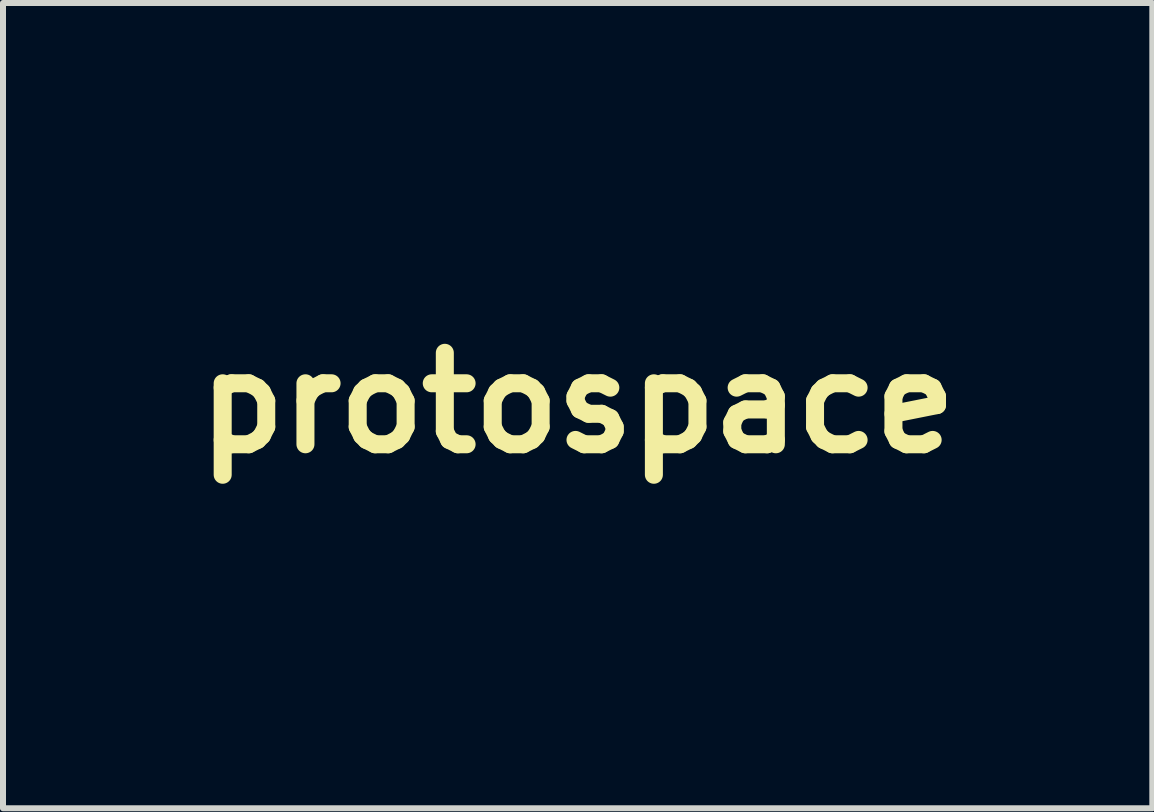
<source format=kicad_pcb>
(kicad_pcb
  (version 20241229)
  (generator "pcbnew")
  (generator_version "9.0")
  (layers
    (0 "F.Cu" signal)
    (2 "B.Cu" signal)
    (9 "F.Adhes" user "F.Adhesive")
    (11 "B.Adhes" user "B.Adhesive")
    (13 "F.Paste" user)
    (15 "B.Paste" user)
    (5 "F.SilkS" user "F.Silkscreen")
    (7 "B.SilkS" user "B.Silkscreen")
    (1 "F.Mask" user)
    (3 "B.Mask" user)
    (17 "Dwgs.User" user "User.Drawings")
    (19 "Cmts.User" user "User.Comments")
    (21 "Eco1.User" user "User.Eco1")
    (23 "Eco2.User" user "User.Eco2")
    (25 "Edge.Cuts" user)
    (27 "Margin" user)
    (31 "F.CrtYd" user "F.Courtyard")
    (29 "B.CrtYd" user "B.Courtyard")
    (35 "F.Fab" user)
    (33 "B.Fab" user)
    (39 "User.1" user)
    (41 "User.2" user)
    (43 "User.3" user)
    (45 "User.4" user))
  (footprint "protospace"
    (layer "F.Cu")
    (at 6.575 3.663)
    (property "Reference" "protospace" (at 0 0 0) (layer "F.SilkS") (effects (font (size 1.524 1.524) (thickness 0.3))))
    (attr through_hole)
    (fp_poly (pts (xy -0.77 -0.072) (xy -0.643 -0.025) (xy -0.517 0.062) (xy -0.393 0.191) (xy -0.296 0.328) (xy -0.254 0.442) (xy -0.254 0.449) (xy -0.298 0.51) (xy -0.405 0.567) (xy -0.536 0.603) (xy -0.6 0.608) (xy -0.716 0.582) (xy -0.777 0.553) (xy -0.862 0.476) (xy -0.959 0.349) (xy -1.049 0.204) (xy -1.114 0.069) (xy -1.135 -0.024) (xy -1.133 -0.034) (xy -1.064 -0.086) (xy -0.932 -0.098)) (stroke (width 0.01) (type solid)) (fill yes) (layer "F.Mask"))
    (fp_poly (pts (xy -2.501 2.727) (xy -2.493 2.803) (xy -2.535 2.879) (xy -2.588 2.91) (xy -2.652 2.95) (xy -2.687 3.044) (xy -2.702 3.182) (xy -2.725 3.35) (xy -2.771 3.432) (xy -2.796 3.443) (xy -2.887 3.437) (xy -2.911 3.422) (xy -2.929 3.356) (xy -2.942 3.22) (xy -2.946 3.063) (xy -2.94 2.874) (xy -2.918 2.764) (xy -2.875 2.713) (xy -2.865 2.709) (xy -2.776 2.713) (xy -2.744 2.741) (xy -2.697 2.776) (xy -2.67 2.749) (xy -2.593 2.697) (xy -2.562 2.692)) (stroke (width 0.01) (type solid)) (fill yes) (layer "F.Mask"))
    (fp_poly (pts (xy 2.785 2.712) (xy 2.89 2.762) (xy 2.937 2.826) (xy 2.905 2.889) (xy 2.895 2.896) (xy 2.793 2.911) (xy 2.737 2.892) (xy 2.608 2.866) (xy 2.51 2.917) (xy 2.463 3.021) (xy 2.492 3.154) (xy 2.493 3.157) (xy 2.546 3.222) (xy 2.631 3.239) (xy 2.747 3.225) (xy 2.878 3.211) (xy 2.936 3.23) (xy 2.946 3.27) (xy 2.904 3.371) (xy 2.796 3.431) (xy 2.652 3.447) (xy 2.499 3.416) (xy 2.367 3.336) (xy 2.36 3.33) (xy 2.261 3.172) (xy 2.247 3.005) (xy 2.309 2.854) (xy 2.436 2.742) (xy 2.617 2.693) (xy 2.639 2.692)) (stroke (width 0.01) (type solid)) (fill yes) (layer "F.Mask"))
    (fp_poly (pts (xy -1.92 2.715) (xy -1.806 2.798) (xy -1.778 2.831) (xy -1.699 2.997) (xy -1.705 3.16) (xy -1.78 3.303) (xy -1.909 3.407) (xy -2.075 3.454) (xy -2.264 3.424) (xy -2.274 3.42) (xy -2.36 3.342) (xy -2.43 3.208) (xy -2.466 3.064) (xy -2.466 3.057) (xy -2.235 3.057) (xy -2.226 3.17) (xy -2.201 3.217) (xy -2.105 3.252) (xy -1.996 3.219) (xy -1.932 3.153) (xy -1.904 3.021) (xy -1.952 2.916) (xy -2.054 2.864) (xy -2.159 2.877) (xy -2.211 2.943) (xy -2.235 3.057) (xy -2.466 3.057) (xy -2.46 2.982) (xy -2.368 2.805) (xy -2.22 2.711) (xy -2.079 2.692)) (stroke (width 0.01) (type solid)) (fill yes) (layer "F.Mask"))
    (fp_poly (pts (xy -0.544 2.734) (xy -0.413 2.852) (xy -0.357 3.033) (xy -0.356 3.07) (xy -0.401 3.24) (xy -0.518 3.376) (xy -0.679 3.449) (xy -0.737 3.454) (xy -0.856 3.424) (xy -0.983 3.35) (xy -0.984 3.349) (xy -1.096 3.208) (xy -1.125 3.048) (xy -1.119 3.024) (xy -0.903 3.024) (xy -0.894 3.123) (xy -0.849 3.221) (xy -0.761 3.245) (xy -0.722 3.242) (xy -0.621 3.212) (xy -0.586 3.132) (xy -0.584 3.079) (xy -0.614 2.941) (xy -0.69 2.865) (xy -0.788 2.865) (xy -0.844 2.905) (xy -0.903 3.024) (xy -1.119 3.024) (xy -1.082 2.894) (xy -0.975 2.769) (xy -0.814 2.699) (xy -0.737 2.692)) (stroke (width 0.01) (type solid)) (fill yes) (layer "F.Mask"))
    (fp_poly (pts (xy -1.43 2.451) (xy -1.363 2.501) (xy -1.33 2.579) (xy -1.29 2.668) (xy -1.241 2.692) (xy -1.177 2.733) (xy -1.168 2.769) (xy -1.209 2.836) (xy -1.245 2.845) (xy -1.298 2.878) (xy -1.319 2.99) (xy -1.321 3.048) (xy -1.306 3.194) (xy -1.261 3.25) (xy -1.25 3.251) (xy -1.174 3.286) (xy -1.15 3.357) (xy -1.19 3.42) (xy -1.201 3.425) (xy -1.333 3.452) (xy -1.451 3.442) (xy -1.49 3.421) (xy -1.51 3.353) (xy -1.522 3.223) (xy -1.524 3.151) (xy -1.537 2.996) (xy -1.569 2.881) (xy -1.586 2.854) (xy -1.623 2.783) (xy -1.586 2.692) (xy -1.536 2.577) (xy -1.524 2.512) (xy -1.495 2.45)) (stroke (width 0.01) (type solid)) (fill yes) (layer "F.Mask"))
    (fp_poly (pts (xy 1.077 2.708) (xy 1.198 2.741) (xy 1.272 2.796) (xy 1.353 2.941) (xy 1.369 3.12) (xy 1.319 3.288) (xy 1.27 3.353) (xy 1.149 3.429) (xy 1.014 3.452) (xy 0.905 3.418) (xy 0.879 3.391) (xy 0.847 3.388) (xy 0.82 3.481) (xy 0.813 3.527) (xy 0.776 3.678) (xy 0.718 3.749) (xy 0.648 3.73) (xy 0.645 3.726) (xy 0.63 3.664) (xy 0.618 3.523) (xy 0.611 3.329) (xy 0.61 3.201) (xy 0.61 3.093) (xy 0.812 3.093) (xy 0.854 3.195) (xy 0.956 3.249) (xy 0.988 3.251) (xy 1.096 3.221) (xy 1.149 3.12) (xy 1.148 2.988) (xy 1.091 2.891) (xy 0.999 2.854) (xy 0.926 2.877) (xy 0.834 2.977) (xy 0.812 3.093) (xy 0.61 3.093) (xy 0.61 2.71) (xy 0.891 2.703)) (stroke (width 0.01) (type solid)) (fill yes) (layer "F.Mask"))
    (fp_poly (pts (xy 3.417 2.702) (xy 3.588 2.739) (xy 3.706 2.832) (xy 3.723 2.854) (xy 3.797 2.99) (xy 3.782 3.083) (xy 3.676 3.136) (xy 3.507 3.15) (xy 3.347 3.161) (xy 3.263 3.191) (xy 3.263 3.233) (xy 3.355 3.277) (xy 3.472 3.278) (xy 3.532 3.25) (xy 3.638 3.215) (xy 3.695 3.224) (xy 3.749 3.255) (xy 3.732 3.298) (xy 3.665 3.357) (xy 3.492 3.44) (xy 3.307 3.44) (xy 3.155 3.365) (xy 3.042 3.213) (xy 3.016 3.033) (xy 3.053 2.934) (xy 3.264 2.934) (xy 3.29 2.982) (xy 3.404 2.997) (xy 3.52 2.98) (xy 3.543 2.934) (xy 3.482 2.884) (xy 3.404 2.87) (xy 3.303 2.894) (xy 3.264 2.934) (xy 3.053 2.934) (xy 3.081 2.856) (xy 3.101 2.829) (xy 3.193 2.735) (xy 3.299 2.701)) (stroke (width 0.01) (type solid)) (fill yes) (layer "F.Mask"))
    (fp_poly (pts (xy -3.313 2.446) (xy -3.206 2.476) (xy -3.127 2.543) (xy -3.102 2.572) (xy -3.017 2.704) (xy -3.01 2.813) (xy -3.081 2.937) (xy -3.102 2.965) (xy -3.227 3.071) (xy -3.382 3.099) (xy -3.499 3.107) (xy -3.546 3.152) (xy -3.556 3.265) (xy -3.556 3.277) (xy -3.567 3.399) (xy -3.612 3.449) (xy -3.658 3.454) (xy -3.704 3.447) (xy -3.733 3.414) (xy -3.75 3.336) (xy -3.757 3.196) (xy -3.759 2.974) (xy -3.759 2.946) (xy -3.759 2.769) (xy -3.556 2.769) (xy -3.54 2.859) (xy -3.47 2.893) (xy -3.404 2.896) (xy -3.295 2.882) (xy -3.255 2.824) (xy -3.251 2.769) (xy -3.268 2.678) (xy -3.337 2.645) (xy -3.404 2.642) (xy -3.513 2.655) (xy -3.552 2.713) (xy -3.556 2.769) (xy -3.759 2.769) (xy -3.759 2.438) (xy -3.483 2.438)) (stroke (width 0.01) (type solid)) (fill yes) (layer "F.Mask"))
    (fp_poly (pts (xy 0.37 2.502) (xy 0.431 2.581) (xy 0.41 2.642) (xy 0.325 2.664) (xy 0.238 2.645) (xy 0.101 2.617) (xy -0.006 2.637) (xy -0.051 2.697) (xy -0.051 2.7) (xy -0.008 2.745) (xy 0.101 2.809) (xy 0.189 2.85) (xy 0.366 2.936) (xy 0.464 3.017) (xy 0.504 3.112) (xy 0.507 3.162) (xy 0.464 3.296) (xy 0.347 3.392) (xy 0.18 3.443) (xy -0.011 3.439) (xy -0.135 3.404) (xy -0.254 3.333) (xy -0.277 3.25) (xy -0.257 3.205) (xy -0.2 3.165) (xy -0.111 3.195) (xy 0.023 3.239) (xy 0.127 3.251) (xy 0.228 3.229) (xy 0.248 3.173) (xy 0.194 3.102) (xy 0.073 3.031) (xy 0.028 3.014) (xy -0.139 2.94) (xy -0.226 2.852) (xy -0.253 2.726) (xy -0.253 2.713) (xy -0.21 2.587) (xy -0.096 2.493) (xy 0.058 2.44) (xy 0.223 2.44)) (stroke (width 0.01) (type solid)) (fill yes) (layer "F.Mask"))
    (fp_poly (pts (xy 1.972 2.734) (xy 2.043 2.781) (xy 2.092 2.878) (xy 2.13 3.024) (xy 2.154 3.186) (xy 2.159 3.33) (xy 2.14 3.42) (xy 2.129 3.432) (xy 2.053 3.43) (xy 2.002 3.4) (xy 1.922 3.363) (xy 1.867 3.396) (xy 1.749 3.45) (xy 1.609 3.431) (xy 1.502 3.356) (xy 1.446 3.236) (xy 1.455 3.191) (xy 1.635 3.191) (xy 1.651 3.251) (xy 1.73 3.299) (xy 1.834 3.27) (xy 1.869 3.241) (xy 1.927 3.156) (xy 1.89 3.109) (xy 1.806 3.099) (xy 1.686 3.125) (xy 1.635 3.191) (xy 1.455 3.191) (xy 1.471 3.117) (xy 1.557 3.02) (xy 1.686 2.965) (xy 1.839 2.975) (xy 1.842 2.976) (xy 1.916 2.983) (xy 1.919 2.939) (xy 1.854 2.89) (xy 1.722 2.87) (xy 1.714 2.87) (xy 1.563 2.856) (xy 1.486 2.818) (xy 1.495 2.766) (xy 1.525 2.741) (xy 1.659 2.699) (xy 1.823 2.697)) (stroke (width 0.01) (type solid)) (fill yes) (layer "F.Mask"))
    (fp_poly (pts (xy 0.402 -3.657) (xy 0.735 -3.655) (xy 0.99 -3.651) (xy 1.179 -3.644) (xy 1.313 -3.634) (xy 1.404 -3.619) (xy 1.464 -3.6) (xy 1.504 -3.575) (xy 1.512 -3.569) (xy 1.566 -3.499) (xy 1.66 -3.356) (xy 1.784 -3.155) (xy 1.931 -2.909) (xy 2.092 -2.634) (xy 2.26 -2.342) (xy 2.426 -2.049) (xy 2.582 -1.769) (xy 2.72 -1.516) (xy 2.832 -1.304) (xy 2.91 -1.147) (xy 2.945 -1.06) (xy 2.946 -1.051) (xy 2.924 -0.959) (xy 2.865 -0.815) (xy 2.808 -0.697) (xy 2.67 -0.432) (xy 2.637 -0.762) (xy 2.588 -1.075) (xy 2.507 -1.306) (xy 2.386 -1.47) (xy 2.247 -1.569) (xy 2.097 -1.593) (xy 1.921 -1.527) (xy 1.727 -1.374) (xy 1.607 -1.243) (xy 1.459 -1.087) (xy 1.35 -1.022) (xy 1.276 -1.046) (xy 1.254 -1.087) (xy 1.241 -1.185) (xy 1.273 -1.315) (xy 1.357 -1.491) (xy 1.497 -1.728) (xy 1.536 -1.79) (xy 1.654 -1.978) (xy 1.724 -2.106) (xy 1.753 -2.197) (xy 1.751 -2.276) (xy 1.729 -2.357) (xy 1.655 -2.519) (xy 1.568 -2.612) (xy 1.483 -2.622) (xy 1.475 -2.617) (xy 1.408 -2.545) (xy 1.311 -2.401) (xy 1.195 -2.208) (xy 1.073 -1.987) (xy 0.956 -1.76) (xy 0.855 -1.549) (xy 0.783 -1.374) (xy 0.755 -1.284) (xy 0.723 -1.015) (xy 0.743 -0.756) (xy 0.807 -0.523) (xy 0.907 -0.331) (xy 1.035 -0.195) (xy 1.184 -0.131) (xy 1.333 -0.149) (xy 1.426 -0.207) (xy 1.558 -0.317) (xy 1.7 -0.453) (xy 1.863 -0.61) (xy 1.976 -0.689) (xy 2.051 -0.695) (xy 2.098 -0.63) (xy 2.114 -0.58) (xy 2.125 -0.491) (xy 2.108 -0.391) (xy 2.057 -0.263) (xy 1.963 -0.091) (xy 1.819 0.142) (xy 1.774 0.213) (xy 1.663 0.396) (xy 1.577 0.554) (xy 1.53 0.664) (xy 1.524 0.691) (xy 1.553 0.785) (xy 1.626 0.911) (xy 1.651 0.945) (xy 1.778 1.111) (xy 1.671 1.294) (xy 1.58 1.422) (xy 1.49 1.513) (xy 1.471 1.525) (xy 1.39 1.542) (xy 1.227 1.557) (xy 1.003 1.568) (xy 0.737 1.574) (xy 0.585 1.575) (xy -0.208 1.575) (xy -0.335 1.438) (xy -0.428 1.315) (xy -0.441 1.225) (xy -0.367 1.159) (xy -0.201 1.109) (xy -0.094 1.09) (xy 0.202 1.021) (xy 0.403 0.925) (xy 0.515 0.793) (xy 0.543 0.621) (xy 0.492 0.401) (xy 0.482 0.373) (xy 0.306 0.05) (xy 0.05 -0.217) (xy -0.278 -0.42) (xy -0.606 -0.536) (xy -0.789 -0.57) (xy -1.017 -0.592) (xy -1.269 -0.604) (xy -1.524 -0.604) (xy -1.763 -0.595) (xy -1.964 -0.576) (xy -2.107 -0.547) (xy -2.172 -0.51) (xy -2.173 -0.505) (xy -2.153 -0.44) (xy -2.088 -0.301) (xy -1.986 -0.102) (xy -1.855 0.141) (xy -1.701 0.415) (xy -1.648 0.506) (xy -1.486 0.786) (xy -1.341 1.04) (xy -1.221 1.252) (xy -1.134 1.408) (xy -1.087 1.495) (xy -1.082 1.506) (xy -1.102 1.554) (xy -1.19 1.576) (xy -1.314 1.573) (xy -1.443 1.546) (xy -1.548 1.497) (xy -1.562 1.486) (xy -1.619 1.414) (xy -1.714 1.269) (xy -1.84 1.066) (xy -1.987 0.818) (xy -2.149 0.541) (xy -2.317 0.248) (xy -2.483 -0.046) (xy -2.638 -0.328) (xy -2.776 -0.582) (xy -2.886 -0.794) (xy -2.963 -0.951) (xy -2.996 -1.037) (xy -2.997 -1.044) (xy -2.972 -1.114) (xy -2.903 -1.258) (xy -2.797 -1.459) (xy -2.664 -1.706) (xy -2.51 -1.982) (xy -2.344 -2.275) (xy -2.174 -2.57) (xy -2.009 -2.853) (xy -1.855 -3.11) (xy -1.723 -3.326) (xy -1.619 -3.487) (xy -1.551 -3.58) (xy -1.537 -3.594) (xy -1.482 -3.614) (xy -1.371 -3.63) (xy -1.194 -3.642) (xy -0.944 -3.65) (xy -0.612 -3.655) (xy -0.19 -3.657) (xy -0.021 -3.658)) (stroke (width 0.01) (type solid)) (fill yes) (layer "F.Mask")))
  (gr_rect
    (start -3 -3)
    (end 16.15 10.417)
    (stroke (width 0.1) (type default))
    (fill no)
    (layer "Edge.Cuts")))
</source>
